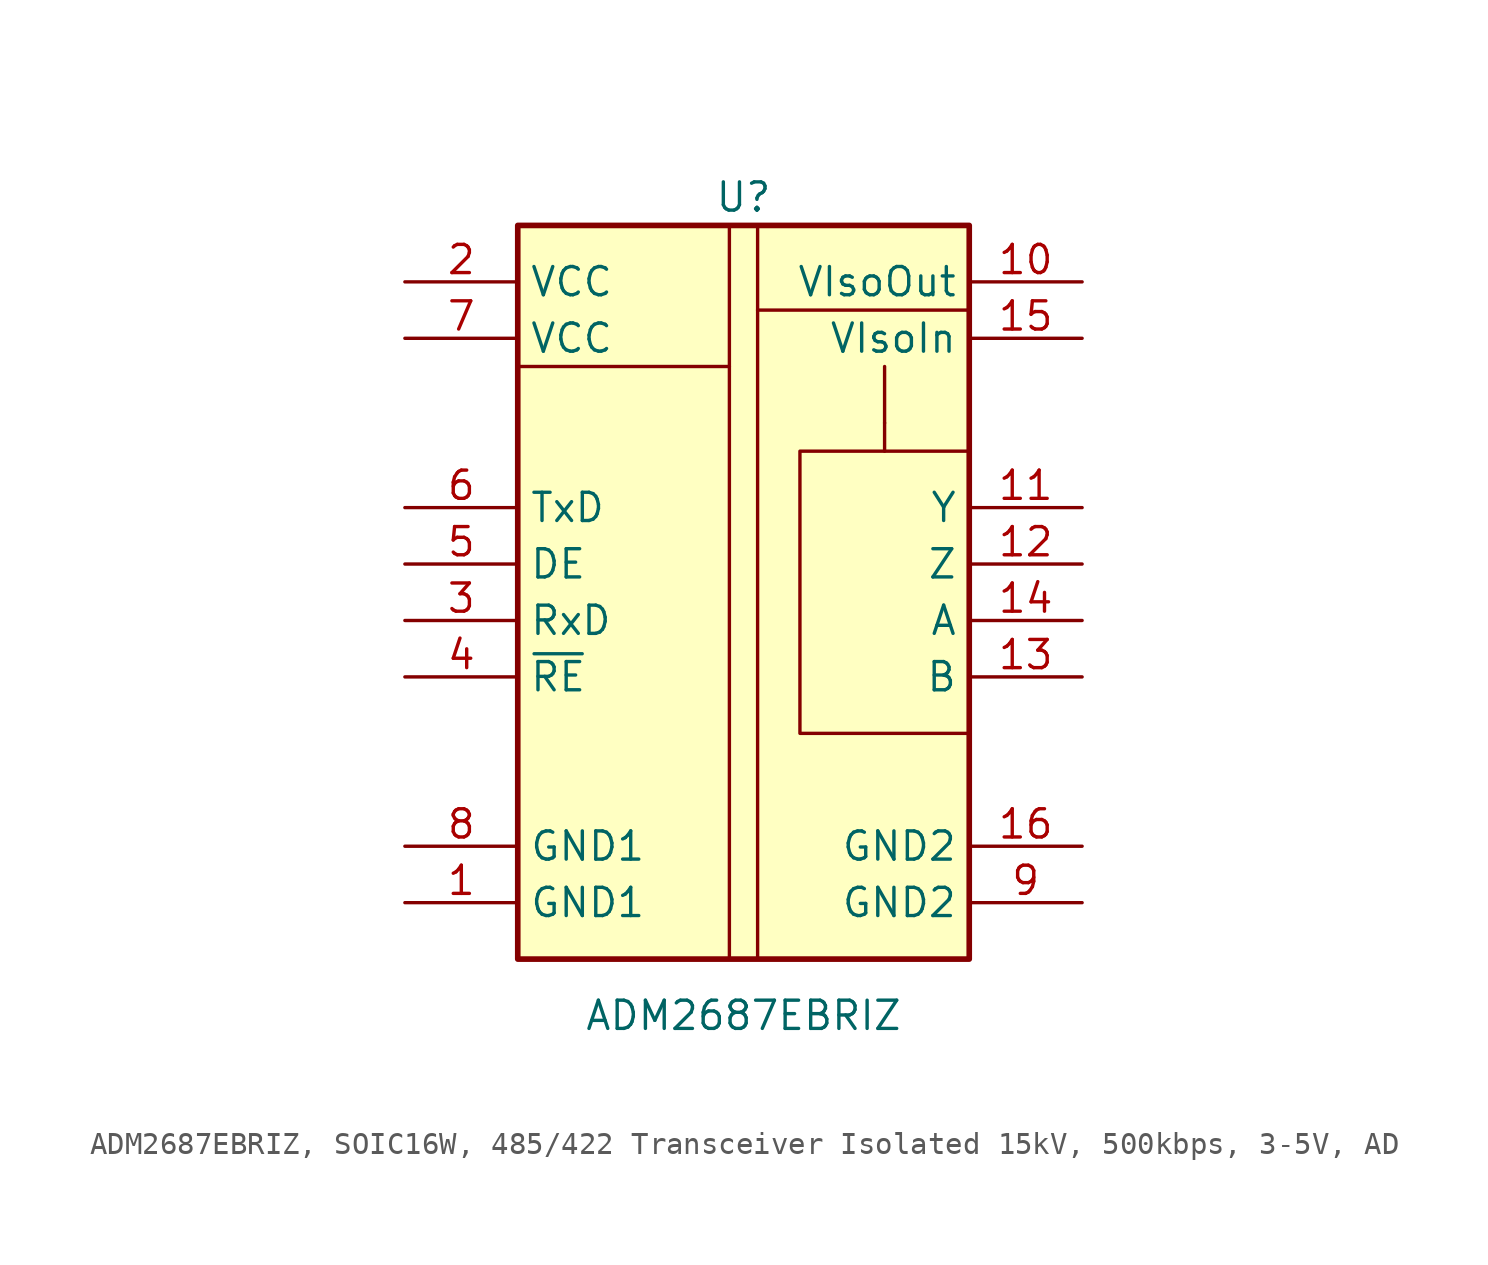
<source format=kicad_sym>
(kicad_symbol_lib
  (version 20241209)
  (generator "kicad_symbol_editor")
  (generator_version "9.0")
  (symbol "ADM2687EBRIZ, SOIC16W, 485/422 Transceiver Isolated 15kV, 500kbps, 3-5V, AD"
    (property "Reference" "U"
      (at 0 16.51 0)
      (effects (font (size 1.27 1.27))))
    (property "Value" "ADM2687EBRIZ"
      (at 0 -20.32 0)
      (effects (font (size 1.27 1.27))))
    (symbol "ADM2687EBRIZ, SOIC16W, 485/422 Transceiver Isolated 15kV, 500kbps, 3-5V, AD_0_1"
      (rectangle (start -10.16 15.24) (end 10.16 -17.78) (stroke (width 0.254) (type default)) (fill (type background)))
      (polyline (pts (xy -0.635 8.89) (xy -10.16 8.89)) (stroke (width 0) (type default)) (fill (type none)))
      (polyline (pts (xy -0.635 -17.78) (xy -0.635 15.24)) (stroke (width 0) (type default)) (fill (type none)))
      (polyline (pts (xy 0.635 11.43) (xy 0.635 11.43)) (stroke (width 0) (type default)) (fill (type none)))
      (polyline (pts (xy 0.635 -17.78) (xy 0.635 15.24)) (stroke (width 0) (type default)) (fill (type none)))
      (rectangle (start 2.54 5.08) (end 10.16 -7.62) (stroke (width 0) (type default)) (fill (type none)))
      (polyline (pts (xy 6.35 6.35) (xy 6.35 6.35)) (stroke (width 0) (type default)) (fill (type none)))
      (polyline (pts (xy 6.35 5.08) (xy 6.35 8.89)) (stroke (width 0) (type default)) (fill (type none)))
      (polyline (pts (xy 10.16 11.43) (xy 0.635 11.43)) (stroke (width 0) (type default)) (fill (type none))))
    (symbol "ADM2687EBRIZ, SOIC16W, 485/422 Transceiver Isolated 15kV, 500kbps, 3-5V, AD_1_1"
      (pin power_in line (at -15.24 12.7 0) (length 5.08) (name "VCC" (effects (font (size 1.27 1.27)))) (number "2" (effects (font (size 1.27 1.27)))))
      (pin power_in line (at -15.24 10.16 0) (length 5.08) (name "VCC" (effects (font (size 1.27 1.27)))) (number "7" (effects (font (size 1.27 1.27)))))
      (pin input line (at -15.24 2.54 0) (length 5.08) (name "TxD" (effects (font (size 1.27 1.27)))) (number "6" (effects (font (size 1.27 1.27)))))
      (pin input line (at -15.24 0 0) (length 5.08) (name "DE" (effects (font (size 1.27 1.27)))) (number "5" (effects (font (size 1.27 1.27)))))
      (pin output line (at -15.24 -2.54 0) (length 5.08) (name "RxD" (effects (font (size 1.27 1.27)))) (number "3" (effects (font (size 1.27 1.27)))))
      (pin output line (at -15.24 -5.08 0) (length 5.08) (name "~{RE}" (effects (font (size 1.27 1.27)))) (number "4" (effects (font (size 1.27 1.27)))))
      (pin power_in line (at -15.24 -12.7 0) (length 5.08) (name "GND1" (effects (font (size 1.27 1.27)))) (number "8" (effects (font (size 1.27 1.27)))))
      (pin power_in line (at -15.24 -15.24 0) (length 5.08) (name "GND1" (effects (font (size 1.27 1.27)))) (number "1" (effects (font (size 1.27 1.27)))))
      (pin power_out line (at 15.24 12.7 180) (length 5.08) (name "VIsoOut" (effects (font (size 1.27 1.27)))) (number "10" (effects (font (size 1.27 1.27)))))
      (pin power_in line (at 15.24 10.16 180) (length 5.08) (name "VIsoIn" (effects (font (size 1.27 1.27)))) (number "15" (effects (font (size 1.27 1.27)))))
      (pin passive line (at 15.24 2.54 180) (length 5.08) (name "Y" (effects (font (size 1.27 1.27)))) (number "11" (effects (font (size 1.27 1.27)))))
      (pin passive line (at 15.24 0 180) (length 5.08) (name "Z" (effects (font (size 1.27 1.27)))) (number "12" (effects (font (size 1.27 1.27)))))
      (pin passive line (at 15.24 -2.54 180) (length 5.08) (name "A" (effects (font (size 1.27 1.27)))) (number "14" (effects (font (size 1.27 1.27)))))
      (pin passive line (at 15.24 -5.08 180) (length 5.08) (name "B" (effects (font (size 1.27 1.27)))) (number "13" (effects (font (size 1.27 1.27)))))
      (pin power_out line (at 15.24 -12.7 180) (length 5.08) (name "GND2" (effects (font (size 1.27 1.27)))) (number "16" (effects (font (size 1.27 1.27)))))
      (pin power_out line (at 15.24 -15.24 180) (length 5.08) (name "GND2" (effects (font (size 1.27 1.27)))) (number "9" (effects (font (size 1.27 1.27))))))))
</source>
